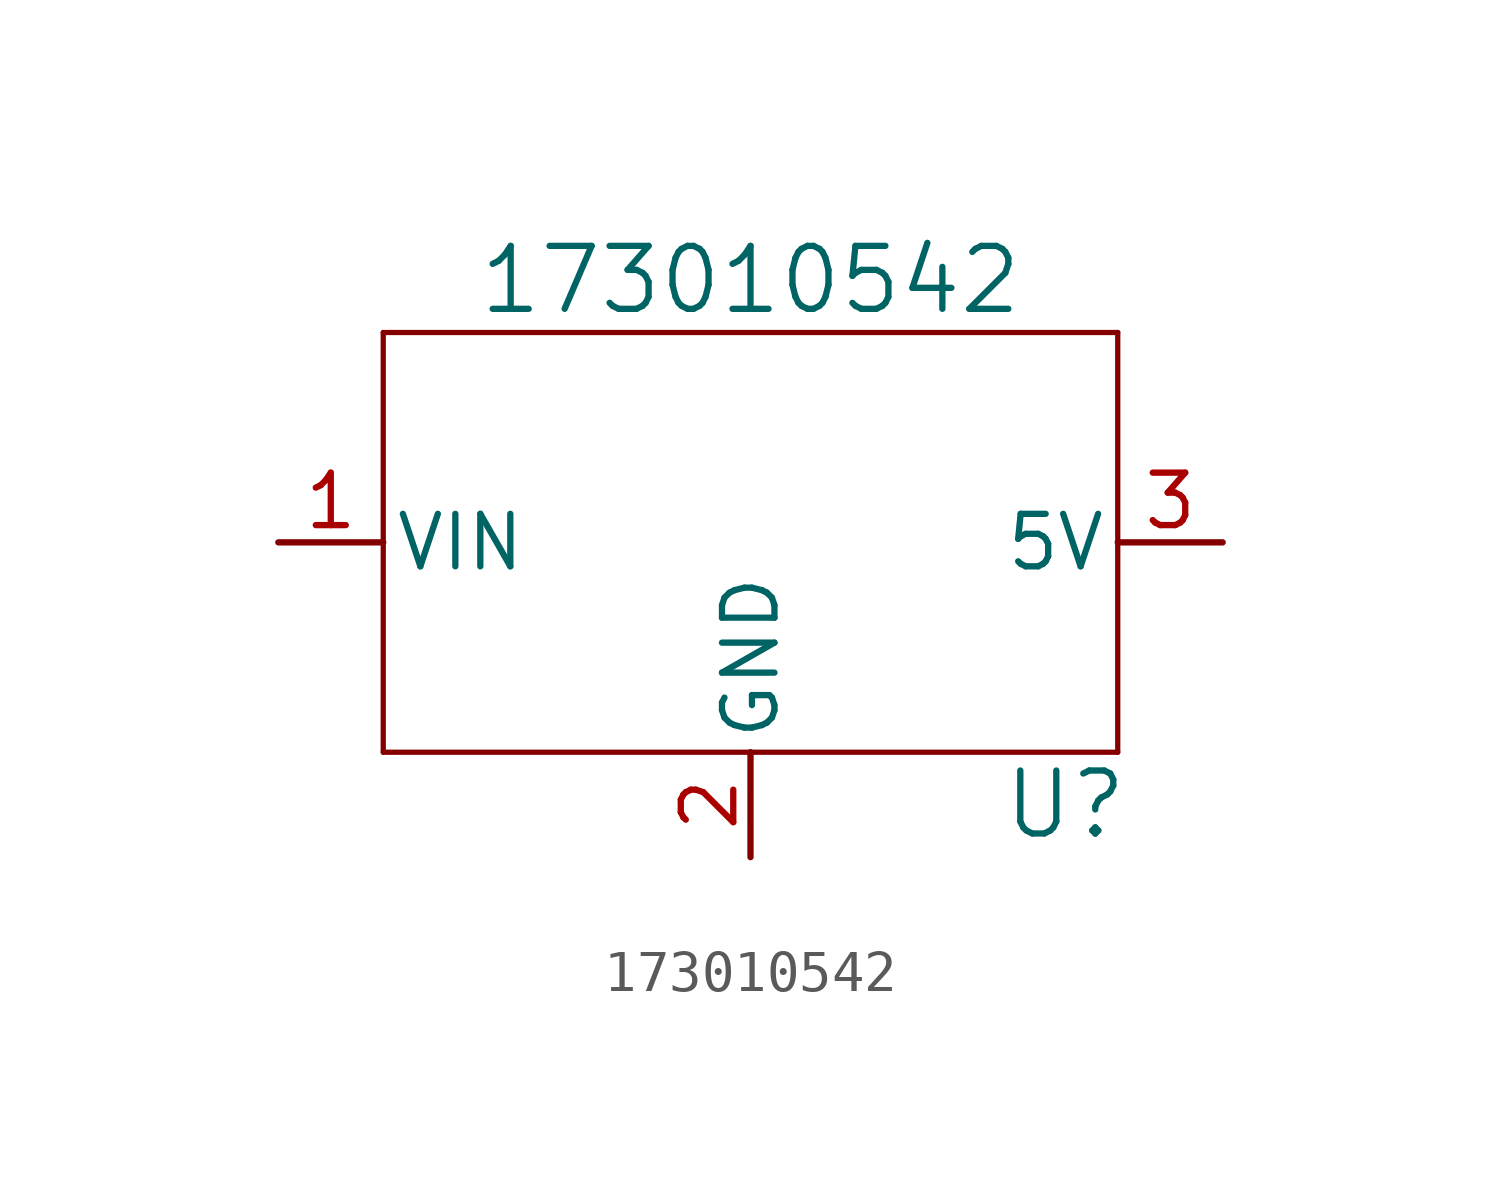
<source format=kicad_sym>
(kicad_symbol_lib
  (version 20220914)
  (generator kicad_symbol_editor)
  (symbol "173010542"
    (pin_names
      (offset 0.254))
    (property "Reference" "U"
      (at 7.62 -6.35 0)
      (effects (font (size 1.524 1.524))))
    (property "Value" "173010542"
      (at 0 6.35 0)
      (effects (font (size 1.524 1.524))))
    (symbol "173010542_0_1"
      (polyline (pts (xy -8.89 -5.08) (xy 8.89 -5.08)) (stroke (width 0.127) (type default)) (fill (type none)))
      (polyline (pts (xy -8.89 5.08) (xy -8.89 -5.08)) (stroke (width 0.127) (type default)) (fill (type none)))
      (polyline (pts (xy 8.89 -5.08) (xy 8.89 5.08)) (stroke (width 0.127) (type default)) (fill (type none)))
      (polyline (pts (xy 8.89 5.08) (xy -8.89 5.08)) (stroke (width 0.127) (type default)) (fill (type none))))
    (symbol "173010542_1_1"
      (pin power_in line (at -11.43 0 0) (length 2.54) (name "VIN" (effects (font (size 1.27 1.27)))) (number "1" (effects (font (size 1.27 1.27)))))
      (pin power_in line (at 0 -7.62 90) (length 2.54) (name "GND" (effects (font (size 1.27 1.27)))) (number "2" (effects (font (size 1.27 1.27)))))
      (pin power_out line (at 11.43 0 180) (length 2.54) (name "5V" (effects (font (size 1.27 1.27)))) (number "3" (effects (font (size 1.27 1.27))))))))
</source>
